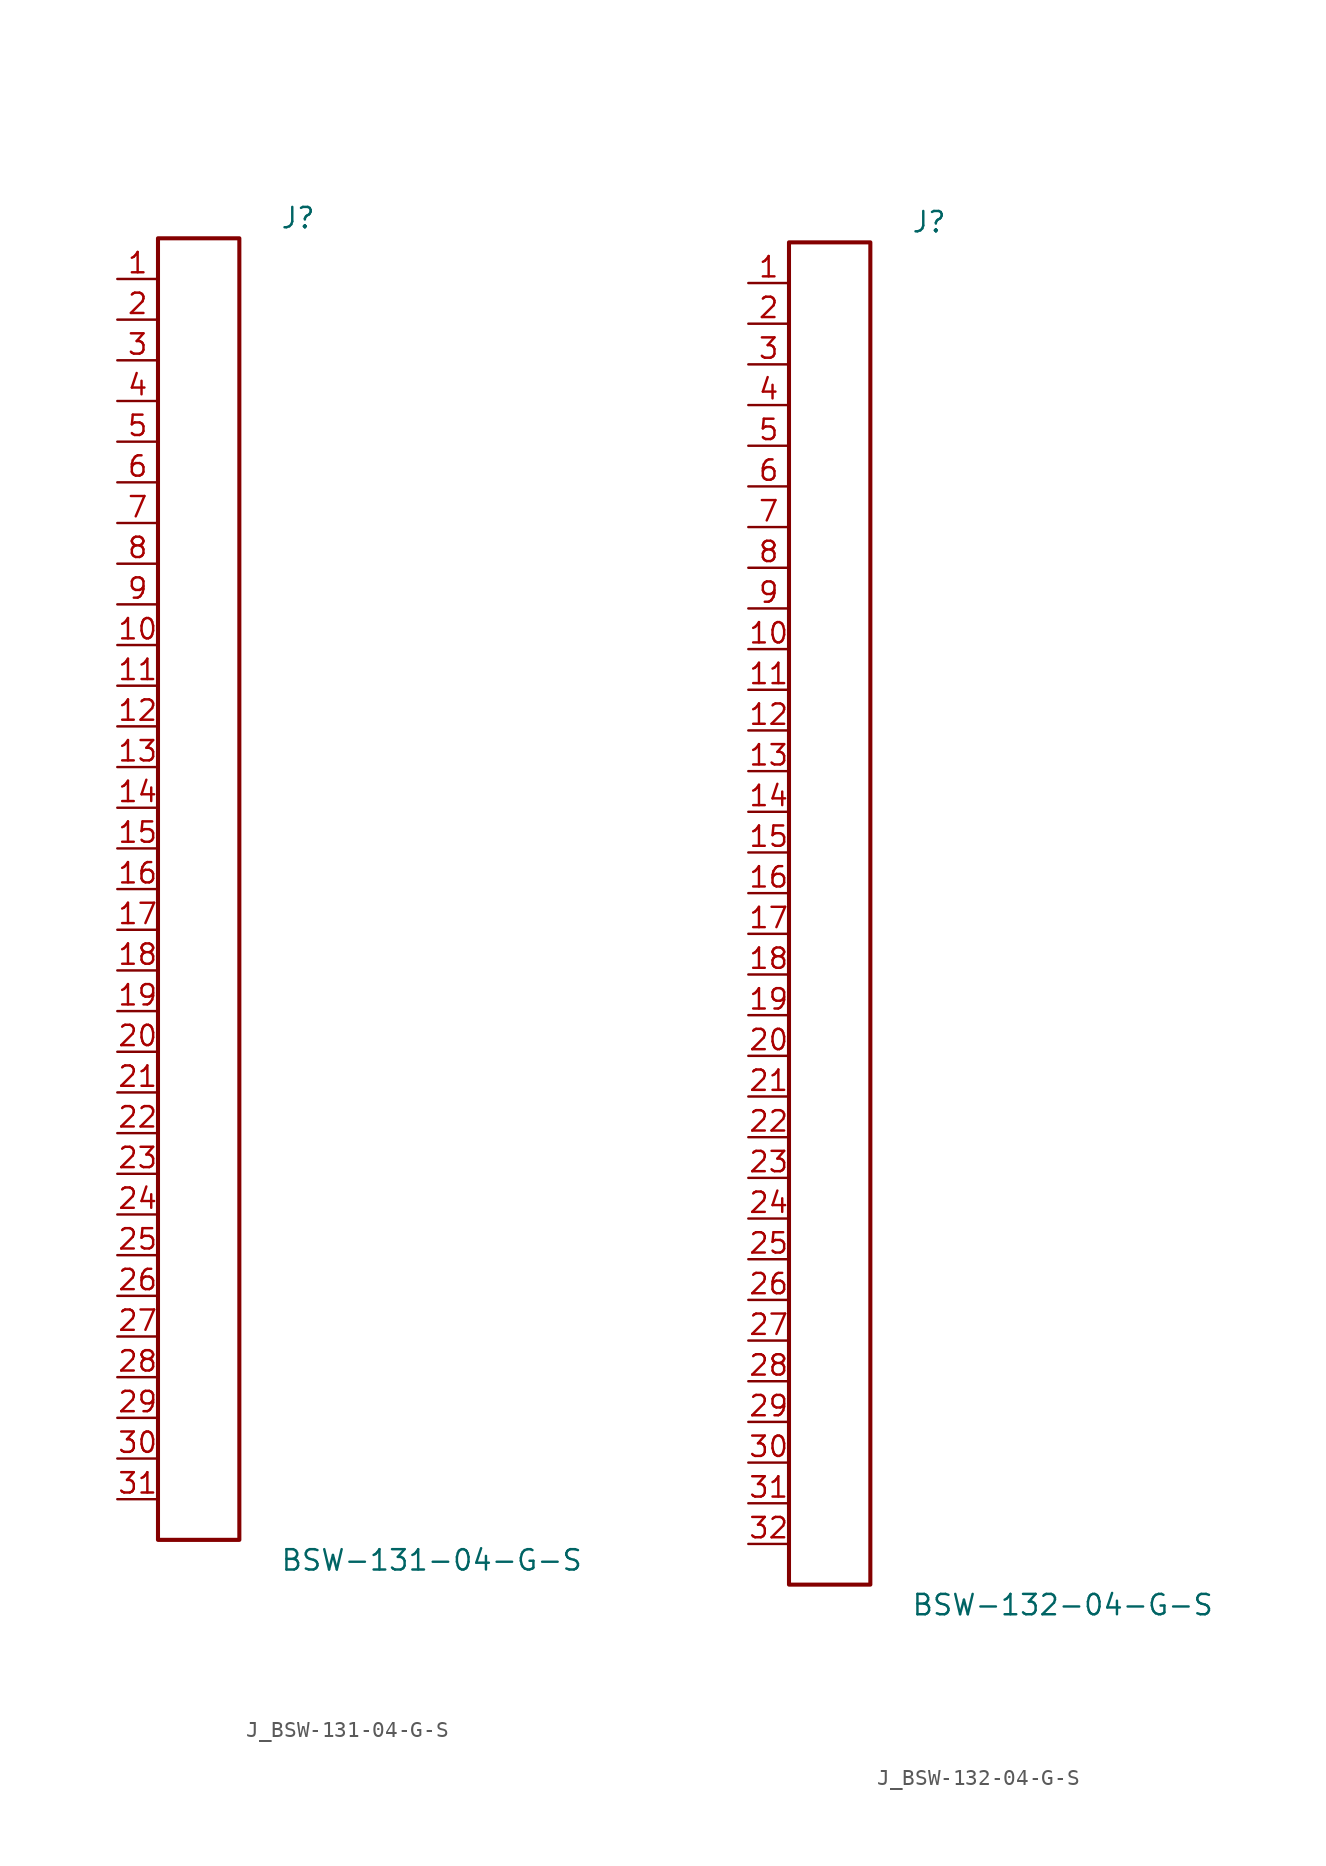
<source format=kicad_sym>
(kicad_symbol_lib
  (version 20231120)
  (generator kicad_symbol_editor)
  (generator_version 8.0)
  (symbol "J_BSW-131-04-G-S"
    (pin_names
      (offset 0.254))
    (property "Reference" "J"
      (at 5.08 41.91 0)
      (effects (font (size 1.27 1.27)) (justify left)))
    (property "Value" "BSW-131-04-G-S"
      (at 5.08 -41.91 0)
      (effects (font (size 1.27 1.27)) (justify left)))
    (symbol "J_BSW-131-04-G-S_0_0"
      (pin unspecified line (at -5.08 38.1 0) (length 2.54) (name "" (effects (font (size 1.27 1.27)))) (number "1" (effects (font (size 1.27 1.27)))))
      (pin unspecified line (at -5.08 35.56 0) (length 2.54) (name "" (effects (font (size 1.27 1.27)))) (number "2" (effects (font (size 1.27 1.27)))))
      (pin unspecified line (at -5.08 33.02 0) (length 2.54) (name "" (effects (font (size 1.27 1.27)))) (number "3" (effects (font (size 1.27 1.27)))))
      (pin unspecified line (at -5.08 30.48 0) (length 2.54) (name "" (effects (font (size 1.27 1.27)))) (number "4" (effects (font (size 1.27 1.27)))))
      (pin unspecified line (at -5.08 27.94 0) (length 2.54) (name "" (effects (font (size 1.27 1.27)))) (number "5" (effects (font (size 1.27 1.27)))))
      (pin unspecified line (at -5.08 25.4 0) (length 2.54) (name "" (effects (font (size 1.27 1.27)))) (number "6" (effects (font (size 1.27 1.27)))))
      (pin unspecified line (at -5.08 22.86 0) (length 2.54) (name "" (effects (font (size 1.27 1.27)))) (number "7" (effects (font (size 1.27 1.27)))))
      (pin unspecified line (at -5.08 20.32 0) (length 2.54) (name "" (effects (font (size 1.27 1.27)))) (number "8" (effects (font (size 1.27 1.27)))))
      (pin unspecified line (at -5.08 17.78 0) (length 2.54) (name "" (effects (font (size 1.27 1.27)))) (number "9" (effects (font (size 1.27 1.27)))))
      (pin unspecified line (at -5.08 15.24 0) (length 2.54) (name "" (effects (font (size 1.27 1.27)))) (number "10" (effects (font (size 1.27 1.27)))))
      (pin unspecified line (at -5.08 12.7 0) (length 2.54) (name "" (effects (font (size 1.27 1.27)))) (number "11" (effects (font (size 1.27 1.27)))))
      (pin unspecified line (at -5.08 10.16 0) (length 2.54) (name "" (effects (font (size 1.27 1.27)))) (number "12" (effects (font (size 1.27 1.27)))))
      (pin unspecified line (at -5.08 7.62 0) (length 2.54) (name "" (effects (font (size 1.27 1.27)))) (number "13" (effects (font (size 1.27 1.27)))))
      (pin unspecified line (at -5.08 5.08 0) (length 2.54) (name "" (effects (font (size 1.27 1.27)))) (number "14" (effects (font (size 1.27 1.27)))))
      (pin unspecified line (at -5.08 2.54 0) (length 2.54) (name "" (effects (font (size 1.27 1.27)))) (number "15" (effects (font (size 1.27 1.27)))))
      (pin unspecified line (at -5.08 0.0 0) (length 2.54) (name "" (effects (font (size 1.27 1.27)))) (number "16" (effects (font (size 1.27 1.27)))))
      (pin unspecified line (at -5.08 -2.54 0) (length 2.54) (name "" (effects (font (size 1.27 1.27)))) (number "17" (effects (font (size 1.27 1.27)))))
      (pin unspecified line (at -5.08 -5.08 0) (length 2.54) (name "" (effects (font (size 1.27 1.27)))) (number "18" (effects (font (size 1.27 1.27)))))
      (pin unspecified line (at -5.08 -7.62 0) (length 2.54) (name "" (effects (font (size 1.27 1.27)))) (number "19" (effects (font (size 1.27 1.27)))))
      (pin unspecified line (at -5.08 -10.16 0) (length 2.54) (name "" (effects (font (size 1.27 1.27)))) (number "20" (effects (font (size 1.27 1.27)))))
      (pin unspecified line (at -5.08 -12.7 0) (length 2.54) (name "" (effects (font (size 1.27 1.27)))) (number "21" (effects (font (size 1.27 1.27)))))
      (pin unspecified line (at -5.08 -15.24 0) (length 2.54) (name "" (effects (font (size 1.27 1.27)))) (number "22" (effects (font (size 1.27 1.27)))))
      (pin unspecified line (at -5.08 -17.78 0) (length 2.54) (name "" (effects (font (size 1.27 1.27)))) (number "23" (effects (font (size 1.27 1.27)))))
      (pin unspecified line (at -5.08 -20.32 0) (length 2.54) (name "" (effects (font (size 1.27 1.27)))) (number "24" (effects (font (size 1.27 1.27)))))
      (pin unspecified line (at -5.08 -22.86 0) (length 2.54) (name "" (effects (font (size 1.27 1.27)))) (number "25" (effects (font (size 1.27 1.27)))))
      (pin unspecified line (at -5.08 -25.4 0) (length 2.54) (name "" (effects (font (size 1.27 1.27)))) (number "26" (effects (font (size 1.27 1.27)))))
      (pin unspecified line (at -5.08 -27.94 0) (length 2.54) (name "" (effects (font (size 1.27 1.27)))) (number "27" (effects (font (size 1.27 1.27)))))
      (pin unspecified line (at -5.08 -30.48 0) (length 2.54) (name "" (effects (font (size 1.27 1.27)))) (number "28" (effects (font (size 1.27 1.27)))))
      (pin unspecified line (at -5.08 -33.02 0) (length 2.54) (name "" (effects (font (size 1.27 1.27)))) (number "29" (effects (font (size 1.27 1.27)))))
      (pin unspecified line (at -5.08 -35.56 0) (length 2.54) (name "" (effects (font (size 1.27 1.27)))) (number "30" (effects (font (size 1.27 1.27)))))
      (pin unspecified line (at -5.08 -38.1 0) (length 2.54) (name "" (effects (font (size 1.27 1.27)))) (number "31" (effects (font (size 1.27 1.27))))))
    (symbol "J_BSW-131-04-G-S_1_0"
      (rectangle (start -2.54 40.64) (end 2.54 -40.64) (stroke (width 0.254) (type solid)) (fill (type none)))))
  (symbol "J_BSW-132-04-G-S"
    (pin_names
      (offset 0.254))
    (property "Reference" "J"
      (at 5.08 43.18 0)
      (effects (font (size 1.27 1.27)) (justify left)))
    (property "Value" "BSW-132-04-G-S"
      (at 5.08 -43.18 0)
      (effects (font (size 1.27 1.27)) (justify left)))
    (symbol "J_BSW-132-04-G-S_0_0"
      (pin unspecified line (at -5.08 39.37 0) (length 2.54) (name "" (effects (font (size 1.27 1.27)))) (number "1" (effects (font (size 1.27 1.27)))))
      (pin unspecified line (at -5.08 36.83 0) (length 2.54) (name "" (effects (font (size 1.27 1.27)))) (number "2" (effects (font (size 1.27 1.27)))))
      (pin unspecified line (at -5.08 34.29 0) (length 2.54) (name "" (effects (font (size 1.27 1.27)))) (number "3" (effects (font (size 1.27 1.27)))))
      (pin unspecified line (at -5.08 31.75 0) (length 2.54) (name "" (effects (font (size 1.27 1.27)))) (number "4" (effects (font (size 1.27 1.27)))))
      (pin unspecified line (at -5.08 29.21 0) (length 2.54) (name "" (effects (font (size 1.27 1.27)))) (number "5" (effects (font (size 1.27 1.27)))))
      (pin unspecified line (at -5.08 26.67 0) (length 2.54) (name "" (effects (font (size 1.27 1.27)))) (number "6" (effects (font (size 1.27 1.27)))))
      (pin unspecified line (at -5.08 24.13 0) (length 2.54) (name "" (effects (font (size 1.27 1.27)))) (number "7" (effects (font (size 1.27 1.27)))))
      (pin unspecified line (at -5.08 21.59 0) (length 2.54) (name "" (effects (font (size 1.27 1.27)))) (number "8" (effects (font (size 1.27 1.27)))))
      (pin unspecified line (at -5.08 19.05 0) (length 2.54) (name "" (effects (font (size 1.27 1.27)))) (number "9" (effects (font (size 1.27 1.27)))))
      (pin unspecified line (at -5.08 16.51 0) (length 2.54) (name "" (effects (font (size 1.27 1.27)))) (number "10" (effects (font (size 1.27 1.27)))))
      (pin unspecified line (at -5.08 13.97 0) (length 2.54) (name "" (effects (font (size 1.27 1.27)))) (number "11" (effects (font (size 1.27 1.27)))))
      (pin unspecified line (at -5.08 11.43 0) (length 2.54) (name "" (effects (font (size 1.27 1.27)))) (number "12" (effects (font (size 1.27 1.27)))))
      (pin unspecified line (at -5.08 8.89 0) (length 2.54) (name "" (effects (font (size 1.27 1.27)))) (number "13" (effects (font (size 1.27 1.27)))))
      (pin unspecified line (at -5.08 6.35 0) (length 2.54) (name "" (effects (font (size 1.27 1.27)))) (number "14" (effects (font (size 1.27 1.27)))))
      (pin unspecified line (at -5.08 3.81 0) (length 2.54) (name "" (effects (font (size 1.27 1.27)))) (number "15" (effects (font (size 1.27 1.27)))))
      (pin unspecified line (at -5.08 1.27 0) (length 2.54) (name "" (effects (font (size 1.27 1.27)))) (number "16" (effects (font (size 1.27 1.27)))))
      (pin unspecified line (at -5.08 -1.27 0) (length 2.54) (name "" (effects (font (size 1.27 1.27)))) (number "17" (effects (font (size 1.27 1.27)))))
      (pin unspecified line (at -5.08 -3.81 0) (length 2.54) (name "" (effects (font (size 1.27 1.27)))) (number "18" (effects (font (size 1.27 1.27)))))
      (pin unspecified line (at -5.08 -6.35 0) (length 2.54) (name "" (effects (font (size 1.27 1.27)))) (number "19" (effects (font (size 1.27 1.27)))))
      (pin unspecified line (at -5.08 -8.89 0) (length 2.54) (name "" (effects (font (size 1.27 1.27)))) (number "20" (effects (font (size 1.27 1.27)))))
      (pin unspecified line (at -5.08 -11.43 0) (length 2.54) (name "" (effects (font (size 1.27 1.27)))) (number "21" (effects (font (size 1.27 1.27)))))
      (pin unspecified line (at -5.08 -13.97 0) (length 2.54) (name "" (effects (font (size 1.27 1.27)))) (number "22" (effects (font (size 1.27 1.27)))))
      (pin unspecified line (at -5.08 -16.51 0) (length 2.54) (name "" (effects (font (size 1.27 1.27)))) (number "23" (effects (font (size 1.27 1.27)))))
      (pin unspecified line (at -5.08 -19.05 0) (length 2.54) (name "" (effects (font (size 1.27 1.27)))) (number "24" (effects (font (size 1.27 1.27)))))
      (pin unspecified line (at -5.08 -21.59 0) (length 2.54) (name "" (effects (font (size 1.27 1.27)))) (number "25" (effects (font (size 1.27 1.27)))))
      (pin unspecified line (at -5.08 -24.13 0) (length 2.54) (name "" (effects (font (size 1.27 1.27)))) (number "26" (effects (font (size 1.27 1.27)))))
      (pin unspecified line (at -5.08 -26.67 0) (length 2.54) (name "" (effects (font (size 1.27 1.27)))) (number "27" (effects (font (size 1.27 1.27)))))
      (pin unspecified line (at -5.08 -29.21 0) (length 2.54) (name "" (effects (font (size 1.27 1.27)))) (number "28" (effects (font (size 1.27 1.27)))))
      (pin unspecified line (at -5.08 -31.75 0) (length 2.54) (name "" (effects (font (size 1.27 1.27)))) (number "29" (effects (font (size 1.27 1.27)))))
      (pin unspecified line (at -5.08 -34.29 0) (length 2.54) (name "" (effects (font (size 1.27 1.27)))) (number "30" (effects (font (size 1.27 1.27)))))
      (pin unspecified line (at -5.08 -36.83 0) (length 2.54) (name "" (effects (font (size 1.27 1.27)))) (number "31" (effects (font (size 1.27 1.27)))))
      (pin unspecified line (at -5.08 -39.37 0) (length 2.54) (name "" (effects (font (size 1.27 1.27)))) (number "32" (effects (font (size 1.27 1.27))))))
    (symbol "J_BSW-132-04-G-S_1_0"
      (rectangle (start -2.54 41.91) (end 2.54 -41.91) (stroke (width 0.254) (type solid)) (fill (type none))))))
</source>
